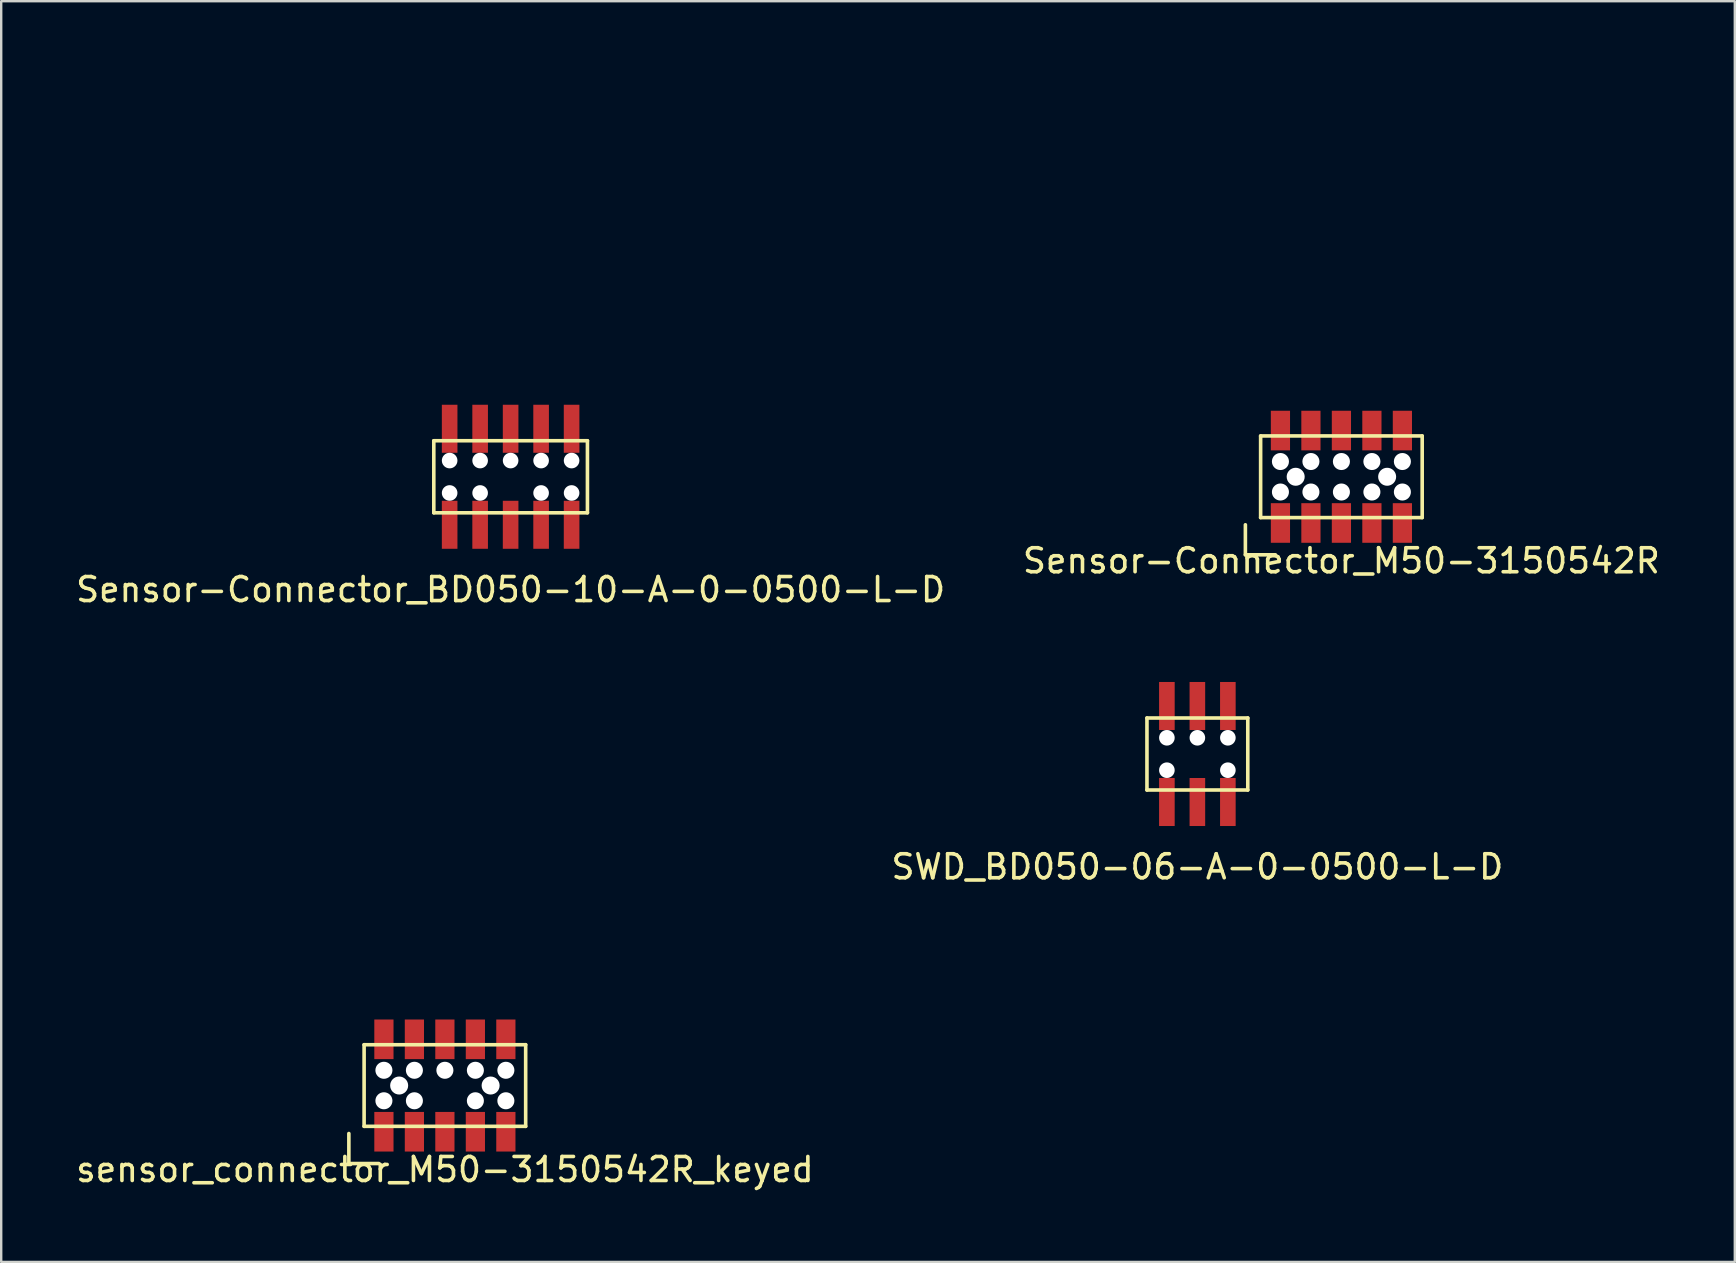
<source format=kicad_pcb>
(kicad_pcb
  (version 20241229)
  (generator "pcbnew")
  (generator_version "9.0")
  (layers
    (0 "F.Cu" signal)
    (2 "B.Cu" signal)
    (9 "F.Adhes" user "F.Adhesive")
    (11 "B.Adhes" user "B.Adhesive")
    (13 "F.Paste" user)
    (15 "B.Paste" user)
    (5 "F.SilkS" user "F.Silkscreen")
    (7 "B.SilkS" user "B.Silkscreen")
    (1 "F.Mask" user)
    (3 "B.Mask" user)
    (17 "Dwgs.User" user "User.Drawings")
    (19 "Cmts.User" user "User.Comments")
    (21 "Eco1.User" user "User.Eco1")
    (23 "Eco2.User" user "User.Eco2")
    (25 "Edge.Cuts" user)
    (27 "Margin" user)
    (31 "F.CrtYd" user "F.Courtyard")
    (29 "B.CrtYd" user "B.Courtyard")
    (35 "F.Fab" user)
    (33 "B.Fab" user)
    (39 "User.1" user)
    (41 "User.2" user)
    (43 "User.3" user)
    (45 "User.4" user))
  (footprint "sensor_connector_M50-3150542R_keyed"
    (layer "F.Cu")
    (at 15.482 42.168)
    (property "Reference" "sensor_connector_M50-3150542R_keyed" (at 0 3.5 0) (layer "F.SilkS") (effects (font (size 1 1) (thickness 0.15))))
    (attr through_hole)
    (fp_line (start -4 2) (end -4 3.25) (stroke (width 0.15) (type solid)) (layer "F.SilkS"))
    (fp_line (start -4 3.25) (end -2.75 3.25) (stroke (width 0.15) (type solid)) (layer "F.SilkS"))
    (fp_line (start -3.365 -1.7) (end -3.365 1.7) (stroke (width 0.15) (type solid)) (layer "F.SilkS"))
    (fp_line (start -3.365 -1.7) (end 3.365 -1.7) (stroke (width 0.15) (type solid)) (layer "F.SilkS"))
    (fp_line (start -3.365 1.7) (end 3.365 1.7) (stroke (width 0.15) (type solid)) (layer "F.SilkS"))
    (fp_line (start 3.365 -1.7) (end 3.365 1.7) (stroke (width 0.15) (type solid)) (layer "F.SilkS"))
    (fp_line (start -8.5 4.25) (end -8.5 -16.75) (stroke (width 0.12) (type solid)) (layer "Eco1.User"))
    (fp_line (start -8.5 4.25) (end 8.5 4.25) (stroke (width 0.12) (type solid)) (layer "Eco1.User"))
    (fp_line (start 8.5 -16.75) (end -8.5 -16.75) (stroke (width 0.12) (type solid)) (layer "Eco1.User"))
    (fp_line (start 8.5 4.25) (end 8.5 -16.75) (stroke (width 0.12) (type solid)) (layer "Eco1.User"))
    (pad "" np_thru_hole circle (at -2.54 -0.635) (size 0.71 0.71) (drill 0.71) (layers "*.Cu" "*.Mask"))
    (pad "" np_thru_hole circle (at -2.54 0.635) (size 0.71 0.71) (drill 0.71) (layers "*.Cu" "*.Mask"))
    (pad "" np_thru_hole circle (at -1.905 0) (size 0.75 0.75) (drill 0.75) (layers "*.Cu" "*.Mask"))
    (pad "" np_thru_hole circle (at -1.27 -0.635) (size 0.71 0.71) (drill 0.71) (layers "*.Cu" "*.Mask"))
    (pad "" np_thru_hole circle (at -1.27 0.635) (size 0.71 0.71) (drill 0.71) (layers "*.Cu" "*.Mask"))
    (pad "" np_thru_hole circle (at 0 -0.635) (size 0.71 0.71) (drill 0.71) (layers "*.Cu" "*.Mask"))
    (pad "" np_thru_hole circle (at 1.27 -0.635) (size 0.71 0.71) (drill 0.71) (layers "*.Cu" "*.Mask"))
    (pad "" np_thru_hole circle (at 1.27 0.635) (size 0.71 0.71) (drill 0.71) (layers "*.Cu" "*.Mask"))
    (pad "" np_thru_hole circle (at 1.905 0) (size 0.75 0.75) (drill 0.75) (layers "*.Cu" "*.Mask"))
    (pad "" np_thru_hole circle (at 2.54 -0.635) (size 0.71 0.71) (drill 0.71) (layers "*.Cu" "*.Mask"))
    (pad "" np_thru_hole circle (at 2.54 0.635) (size 0.71 0.71) (drill 0.71) (layers "*.Cu" "*.Mask"))
    (pad "1" smd rect (at -2.54 1.925) (size 0.8 1.65) (layers "F.Cu" "F.Mask" "F.Paste"))
    (pad "2" smd rect (at -2.54 -1.925) (size 0.8 1.65) (layers "F.Cu" "F.Mask" "F.Paste"))
    (pad "3" smd rect (at -1.27 1.925) (size 0.8 1.65) (layers "F.Cu" "F.Mask" "F.Paste"))
    (pad "4" smd rect (at -1.27 -1.925) (size 0.8 1.65) (layers "F.Cu" "F.Mask" "F.Paste"))
    (pad "5" smd rect (at 0 1.925) (size 0.8 1.65) (layers "F.Cu" "F.Mask" "F.Paste"))
    (pad "6" smd rect (at 0 -1.925) (size 0.8 1.65) (layers "F.Cu" "F.Mask" "F.Paste"))
    (pad "7" smd rect (at 1.27 1.925) (size 0.8 1.65) (layers "F.Cu" "F.Mask" "F.Paste"))
    (pad "8" smd rect (at 1.27 -1.925) (size 0.8 1.65) (layers "F.Cu" "F.Mask" "F.Paste"))
    (pad "9" smd rect (at 2.54 1.925) (size 0.8 1.65) (layers "F.Cu" "F.Mask" "F.Paste"))
    (pad "10" smd rect (at 2.54 -1.925) (size 0.8 1.65) (layers "F.Cu" "F.Mask" "F.Paste")))
  (footprint "SWD_BD050-06-A-0-0500-L-D"
    (layer "F.Cu")
    (at 46.827 28.358)
    (property "Reference" "SWD_BD050-06-A-0-0500-L-D" (at 0 4.7 0) (layer "F.SilkS") (effects (font (size 1 1) (thickness 0.15))))
    (attr through_hole)
    (fp_line (start -2.1 -1.5) (end 2.1 -1.5) (stroke (width 0.15) (type solid)) (layer "F.SilkS"))
    (fp_line (start -2.1 1.5) (end -2.1 -1.5) (stroke (width 0.15) (type solid)) (layer "F.SilkS"))
    (fp_line (start 2.1 -1.5) (end 2.1 1.5) (stroke (width 0.15) (type solid)) (layer "F.SilkS"))
    (fp_line (start 2.1 1.5) (end -2.1 1.5) (stroke (width 0.15) (type solid)) (layer "F.SilkS"))
    (pad "" np_thru_hole circle (at -1.27 -0.675) (size 0.65 0.65) (drill 0.65) (layers "*.Cu" "*.Mask"))
    (pad "" np_thru_hole circle (at -1.27 0.675) (size 0.65 0.65) (drill 0.65) (layers "*.Cu" "*.Mask"))
    (pad "" np_thru_hole circle (at 0 -0.675) (size 0.65 0.65) (drill 0.65) (layers "*.Cu" "*.Mask"))
    (pad "" np_thru_hole circle (at 1.27 -0.675) (size 0.65 0.65) (drill 0.65) (layers "*.Cu" "*.Mask"))
    (pad "" np_thru_hole circle (at 1.27 0.675) (size 0.65 0.65) (drill 0.65) (layers "*.Cu" "*.Mask"))
    (pad "1" smd rect (at -1.27 2) (size 0.65 2) (layers "F.Cu" "F.Mask" "F.Paste"))
    (pad "2" smd rect (at -1.27 -2) (size 0.65 2) (layers "F.Cu" "F.Mask" "F.Paste"))
    (pad "3" smd rect (at 0 2) (size 0.65 2) (layers "F.Cu" "F.Mask" "F.Paste"))
    (pad "4" smd rect (at 0 -2) (size 0.65 2) (layers "F.Cu" "F.Mask" "F.Paste"))
    (pad "5" smd rect (at 1.27 2) (size 0.65 2) (layers "F.Cu" "F.Mask" "F.Paste"))
    (pad "6" smd rect (at 1.27 -2) (size 0.65 2) (layers "F.Cu" "F.Mask" "F.Paste")))
  (footprint "Sensor-Connector_BD050-10-A-0-0500-L-D"
    (layer "F.Cu")
    (at 18.22 16.81)
    (property "Reference" "Sensor-Connector_BD050-10-A-0-0500-L-D" (at 0 4.7 0) (layer "F.SilkS") (effects (font (size 1 1) (thickness 0.15))))
    (attr through_hole)
    (fp_line (start -3.2 -1.5) (end 3.2 -1.5) (stroke (width 0.15) (type solid)) (layer "F.SilkS"))
    (fp_line (start -3.2 1.5) (end -3.2 -1.5) (stroke (width 0.15) (type solid)) (layer "F.SilkS"))
    (fp_line (start 3.2 -1.5) (end 3.2 1.5) (stroke (width 0.15) (type solid)) (layer "F.SilkS"))
    (fp_line (start 3.2 1.5) (end -3.2 1.5) (stroke (width 0.15) (type solid)) (layer "F.SilkS"))
    (fp_line (start -8.5 -16.75) (end -8.5 4.25) (stroke (width 0.12) (type solid)) (layer "Eco1.User"))
    (fp_line (start 8.5 -16.75) (end -8.5 -16.75) (stroke (width 0.12) (type solid)) (layer "Eco1.User"))
    (fp_line (start 8.5 -16.75) (end 8.5 4.25) (stroke (width 0.12) (type solid)) (layer "Eco1.User"))
    (fp_line (start 8.5 4.25) (end -8.5 4.25) (stroke (width 0.12) (type solid)) (layer "Eco1.User"))
    (pad "" np_thru_hole circle (at -2.54 -0.675) (size 0.65 0.65) (drill 0.65) (layers "*.Cu" "*.Mask"))
    (pad "" np_thru_hole circle (at -2.54 0.675) (size 0.65 0.65) (drill 0.65) (layers "*.Cu" "*.Mask"))
    (pad "" np_thru_hole circle (at -1.27 -0.675) (size 0.65 0.65) (drill 0.65) (layers "*.Cu" "*.Mask"))
    (pad "" np_thru_hole circle (at -1.27 0.675) (size 0.65 0.65) (drill 0.65) (layers "*.Cu" "*.Mask"))
    (pad "" np_thru_hole circle (at 0 -0.675) (size 0.65 0.65) (drill 0.65) (layers "*.Cu" "*.Mask"))
    (pad "" np_thru_hole circle (at 1.27 -0.675) (size 0.65 0.65) (drill 0.65) (layers "*.Cu" "*.Mask"))
    (pad "" np_thru_hole circle (at 1.27 0.675) (size 0.65 0.65) (drill 0.65) (layers "*.Cu" "*.Mask"))
    (pad "" np_thru_hole circle (at 2.54 -0.675) (size 0.65 0.65) (drill 0.65) (layers "*.Cu" "*.Mask"))
    (pad "" np_thru_hole circle (at 2.54 0.675) (size 0.65 0.65) (drill 0.65) (layers "*.Cu" "*.Mask"))
    (pad "1" smd rect (at -2.54 2) (size 0.65 2) (layers "F.Cu" "F.Mask" "F.Paste"))
    (pad "2" smd rect (at -2.54 -2) (size 0.65 2) (layers "F.Cu" "F.Mask" "F.Paste"))
    (pad "3" smd rect (at -1.27 2) (size 0.65 2) (layers "F.Cu" "F.Mask" "F.Paste"))
    (pad "4" smd rect (at -1.27 -2) (size 0.65 2) (layers "F.Cu" "F.Mask" "F.Paste"))
    (pad "5" smd rect (at 0 2) (size 0.65 2) (layers "F.Cu" "F.Mask" "F.Paste"))
    (pad "6" smd rect (at 0 -2) (size 0.65 2) (layers "F.Cu" "F.Mask" "F.Paste"))
    (pad "7" smd rect (at 1.27 2) (size 0.65 2) (layers "F.Cu" "F.Mask" "F.Paste"))
    (pad "8" smd rect (at 1.27 -2) (size 0.65 2) (layers "F.Cu" "F.Mask" "F.Paste"))
    (pad "9" smd rect (at 2.54 2) (size 0.65 2) (layers "F.Cu" "F.Mask" "F.Paste"))
    (pad "10" smd rect (at 2.54 -2) (size 0.65 2) (layers "F.Cu" "F.Mask" "F.Paste")))
  (footprint "Sensor-Connector_M50-3150542R"
    (layer "F.Cu")
    (at 52.827 16.81)
    (property "Reference" "Sensor-Connector_M50-3150542R" (at 0 3.5 0) (layer "F.SilkS") (effects (font (size 1 1) (thickness 0.15))))
    (attr through_hole)
    (fp_line (start -4 2) (end -4 3.25) (stroke (width 0.15) (type solid)) (layer "F.SilkS"))
    (fp_line (start -4 3.25) (end -2.75 3.25) (stroke (width 0.15) (type solid)) (layer "F.SilkS"))
    (fp_line (start -3.365 -1.7) (end -3.365 1.7) (stroke (width 0.15) (type solid)) (layer "F.SilkS"))
    (fp_line (start -3.365 -1.7) (end 3.365 -1.7) (stroke (width 0.15) (type solid)) (layer "F.SilkS"))
    (fp_line (start -3.365 1.7) (end 3.365 1.7) (stroke (width 0.15) (type solid)) (layer "F.SilkS"))
    (fp_line (start 3.365 -1.7) (end 3.365 1.7) (stroke (width 0.15) (type solid)) (layer "F.SilkS"))
    (fp_line (start -8.5 4.25) (end -8.5 -16.75) (stroke (width 0.12) (type solid)) (layer "Eco1.User"))
    (fp_line (start -8.5 4.25) (end 8.5 4.25) (stroke (width 0.12) (type solid)) (layer "Eco1.User"))
    (fp_line (start 8.5 -16.75) (end -8.5 -16.75) (stroke (width 0.12) (type solid)) (layer "Eco1.User"))
    (fp_line (start 8.5 4.25) (end 8.5 -16.75) (stroke (width 0.12) (type solid)) (layer "Eco1.User"))
    (pad "" np_thru_hole circle (at -2.54 -0.635) (size 0.71 0.71) (drill 0.71) (layers "*.Cu" "*.Mask"))
    (pad "" np_thru_hole circle (at -2.54 0.635) (size 0.71 0.71) (drill 0.71) (layers "*.Cu" "*.Mask"))
    (pad "" np_thru_hole circle (at -1.905 0) (size 0.75 0.75) (drill 0.75) (layers "*.Cu" "*.Mask"))
    (pad "" np_thru_hole circle (at -1.27 -0.635) (size 0.71 0.71) (drill 0.71) (layers "*.Cu" "*.Mask"))
    (pad "" np_thru_hole circle (at -1.27 0.635) (size 0.71 0.71) (drill 0.71) (layers "*.Cu" "*.Mask"))
    (pad "" np_thru_hole circle (at 0 -0.635) (size 0.71 0.71) (drill 0.71) (layers "*.Cu" "*.Mask"))
    (pad "" np_thru_hole circle (at 0 0.635) (size 0.71 0.71) (drill 0.71) (layers "*.Cu" "*.Mask"))
    (pad "" np_thru_hole circle (at 1.27 -0.635) (size 0.71 0.71) (drill 0.71) (layers "*.Cu" "*.Mask"))
    (pad "" np_thru_hole circle (at 1.27 0.635) (size 0.71 0.71) (drill 0.71) (layers "*.Cu" "*.Mask"))
    (pad "" np_thru_hole circle (at 1.905 0) (size 0.75 0.75) (drill 0.75) (layers "*.Cu" "*.Mask"))
    (pad "" np_thru_hole circle (at 2.54 -0.635) (size 0.71 0.71) (drill 0.71) (layers "*.Cu" "*.Mask"))
    (pad "" np_thru_hole circle (at 2.54 0.635) (size 0.71 0.71) (drill 0.71) (layers "*.Cu" "*.Mask"))
    (pad "1" smd rect (at -2.54 1.925) (size 0.8 1.65) (layers "F.Cu" "F.Mask" "F.Paste"))
    (pad "2" smd rect (at -2.54 -1.925) (size 0.8 1.65) (layers "F.Cu" "F.Mask" "F.Paste"))
    (pad "3" smd rect (at -1.27 1.925) (size 0.8 1.65) (layers "F.Cu" "F.Mask" "F.Paste"))
    (pad "4" smd rect (at -1.27 -1.925) (size 0.8 1.65) (layers "F.Cu" "F.Mask" "F.Paste"))
    (pad "5" smd rect (at 0 1.925) (size 0.8 1.65) (layers "F.Cu" "F.Mask" "F.Paste"))
    (pad "6" smd rect (at 0 -1.925) (size 0.8 1.65) (layers "F.Cu" "F.Mask" "F.Paste"))
    (pad "7" smd rect (at 1.27 1.925) (size 0.8 1.65) (layers "F.Cu" "F.Mask" "F.Paste"))
    (pad "8" smd rect (at 1.27 -1.925) (size 0.8 1.65) (layers "F.Cu" "F.Mask" "F.Paste"))
    (pad "9" smd rect (at 2.54 1.925) (size 0.8 1.65) (layers "F.Cu" "F.Mask" "F.Paste"))
    (pad "10" smd rect (at 2.54 -1.925) (size 0.8 1.65) (layers "F.Cu" "F.Mask" "F.Paste")))
  (gr_rect
    (start -3 -3)
    (end 69.214 49.517)
    (stroke (width 0.1) (type default))
    (fill no)
    (layer "Edge.Cuts")))
</source>
